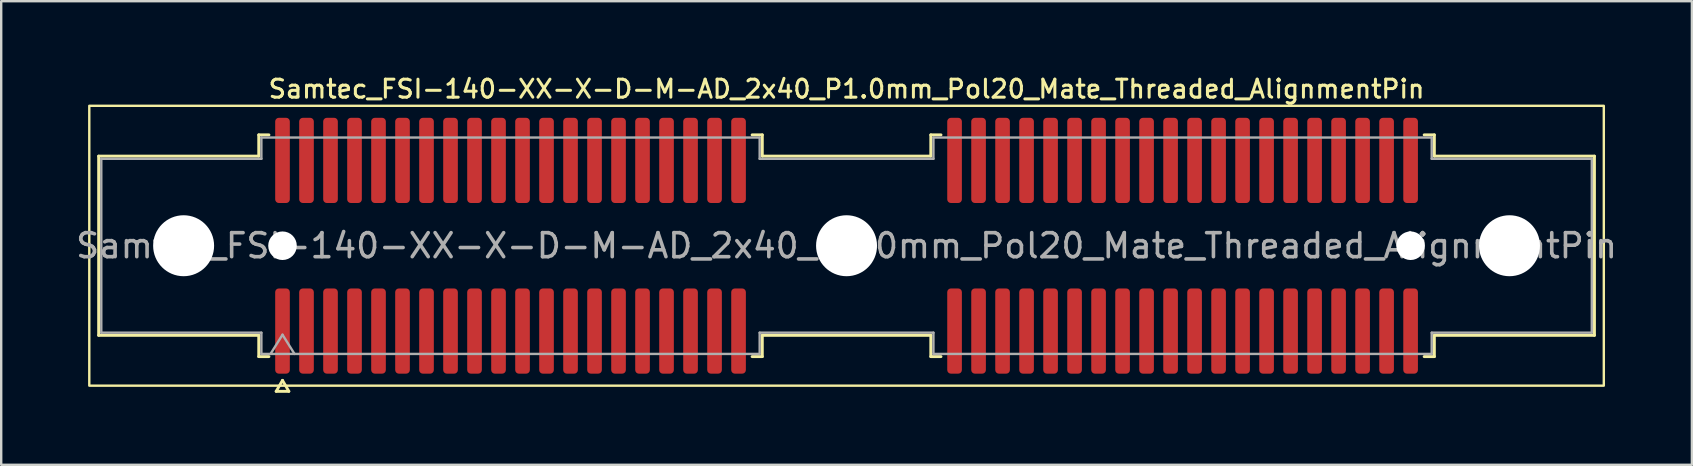
<source format=kicad_pcb>
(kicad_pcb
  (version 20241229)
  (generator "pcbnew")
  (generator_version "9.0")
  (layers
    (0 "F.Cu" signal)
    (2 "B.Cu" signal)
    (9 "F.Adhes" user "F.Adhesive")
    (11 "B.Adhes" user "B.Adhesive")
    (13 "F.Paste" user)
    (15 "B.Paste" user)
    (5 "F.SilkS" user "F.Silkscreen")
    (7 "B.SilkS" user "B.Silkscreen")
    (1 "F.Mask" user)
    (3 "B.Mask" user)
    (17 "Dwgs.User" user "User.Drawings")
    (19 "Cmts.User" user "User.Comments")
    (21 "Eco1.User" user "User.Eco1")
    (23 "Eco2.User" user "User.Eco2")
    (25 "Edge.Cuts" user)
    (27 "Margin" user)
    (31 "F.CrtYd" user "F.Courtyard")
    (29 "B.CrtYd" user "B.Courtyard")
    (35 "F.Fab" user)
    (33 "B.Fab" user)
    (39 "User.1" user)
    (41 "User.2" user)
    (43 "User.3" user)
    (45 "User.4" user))
  (footprint "Samtec_FSI-140-XX-X-D-M-AD_2x40_P1.0mm_Pol20_Mate_Threaded_AlignmentPin"
    (layer "F.Cu")
    (at 32.22 7.188)
    (property "Reference" "Samtec_FSI-140-XX-X-D-M-AD_2x40_P1.0mm_Pol20_Mate_Threaded_AlignmentPin" (at 0 -6.53 0) (layer "F.SilkS") (effects (font (size 0.75 0.75) (thickness 0.125))))
    (attr exclude_from_pos_files exclude_from_bom)
    (fp_line (start -31.16 -3.733) (end -24.49 -3.733) (stroke (width 0.12) (type solid)) (layer "F.SilkS"))
    (fp_line (start -31.16 3.733) (end -31.16 -3.733) (stroke (width 0.12) (type solid)) (layer "F.SilkS"))
    (fp_line (start -24.49 -4.619) (end -24.065 -4.619) (stroke (width 0.12) (type solid)) (layer "F.SilkS"))
    (fp_line (start -24.49 -3.733) (end -24.49 -4.619) (stroke (width 0.12) (type solid)) (layer "F.SilkS"))
    (fp_line (start -24.49 3.733) (end -31.16 3.733) (stroke (width 0.12) (type solid)) (layer "F.SilkS"))
    (fp_line (start -24.49 4.619) (end -24.49 3.733) (stroke (width 0.12) (type solid)) (layer "F.SilkS"))
    (fp_line (start -24.065 4.619) (end -24.49 4.619) (stroke (width 0.12) (type solid)) (layer "F.SilkS"))
    (fp_line (start -23.764 6.066) (end -23.5 5.609) (stroke (width 0.12) (type solid)) (layer "F.SilkS"))
    (fp_line (start -23.5 5.609) (end -23.236 6.066) (stroke (width 0.12) (type solid)) (layer "F.SilkS"))
    (fp_line (start -23.236 6.066) (end -23.764 6.066) (stroke (width 0.12) (type solid)) (layer "F.SilkS"))
    (fp_line (start -3.935 -4.619) (end -3.51 -4.619) (stroke (width 0.12) (type solid)) (layer "F.SilkS"))
    (fp_line (start -3.51 -4.619) (end -3.51 -3.733) (stroke (width 0.12) (type solid)) (layer "F.SilkS"))
    (fp_line (start -3.51 -3.733) (end 3.51 -3.733) (stroke (width 0.12) (type solid)) (layer "F.SilkS"))
    (fp_line (start -3.51 3.733) (end -3.51 4.619) (stroke (width 0.12) (type solid)) (layer "F.SilkS"))
    (fp_line (start -3.51 4.619) (end -3.935 4.619) (stroke (width 0.12) (type solid)) (layer "F.SilkS"))
    (fp_line (start 3.51 -4.619) (end 3.935 -4.619) (stroke (width 0.12) (type solid)) (layer "F.SilkS"))
    (fp_line (start 3.51 -3.733) (end 3.51 -4.619) (stroke (width 0.12) (type solid)) (layer "F.SilkS"))
    (fp_line (start 3.51 3.733) (end -3.51 3.733) (stroke (width 0.12) (type solid)) (layer "F.SilkS"))
    (fp_line (start 3.51 4.619) (end 3.51 3.733) (stroke (width 0.12) (type solid)) (layer "F.SilkS"))
    (fp_line (start 3.935 4.619) (end 3.51 4.619) (stroke (width 0.12) (type solid)) (layer "F.SilkS"))
    (fp_line (start 24.065 -4.619) (end 24.49 -4.619) (stroke (width 0.12) (type solid)) (layer "F.SilkS"))
    (fp_line (start 24.49 -4.619) (end 24.49 -3.733) (stroke (width 0.12) (type solid)) (layer "F.SilkS"))
    (fp_line (start 24.49 -3.733) (end 31.16 -3.733) (stroke (width 0.12) (type solid)) (layer "F.SilkS"))
    (fp_line (start 24.49 3.733) (end 24.49 4.619) (stroke (width 0.12) (type solid)) (layer "F.SilkS"))
    (fp_line (start 24.49 4.619) (end 24.065 4.619) (stroke (width 0.12) (type solid)) (layer "F.SilkS"))
    (fp_line (start 31.16 -3.733) (end 31.16 3.733) (stroke (width 0.12) (type solid)) (layer "F.SilkS"))
    (fp_line (start 31.16 3.733) (end 24.49 3.733) (stroke (width 0.12) (type solid)) (layer "F.SilkS"))
    (fp_rect (start -31.55 -5.83) (end 31.55 5.83) (stroke (width 0.1) (type solid)) (fill no) (layer "F.SilkS"))
    (fp_line (start -31.05 -3.623) (end -24.38 -3.623) (stroke (width 0.1) (type solid)) (layer "F.Fab"))
    (fp_line (start -31.05 3.623) (end -31.05 -3.623) (stroke (width 0.1) (type solid)) (layer "F.Fab"))
    (fp_line (start -24.38 -4.508) (end -3.62 -4.508) (stroke (width 0.1) (type solid)) (layer "F.Fab"))
    (fp_line (start -24.38 -3.623) (end -24.38 -4.508) (stroke (width 0.1) (type solid)) (layer "F.Fab"))
    (fp_line (start -24.38 3.623) (end -31.05 3.623) (stroke (width 0.1) (type solid)) (layer "F.Fab"))
    (fp_line (start -24.38 4.508) (end -24.38 3.623) (stroke (width 0.1) (type solid)) (layer "F.Fab"))
    (fp_line (start -24 4.508) (end -23.5 3.708) (stroke (width 0.1) (type solid)) (layer "F.Fab"))
    (fp_line (start -23.5 3.708) (end -23 4.508) (stroke (width 0.1) (type solid)) (layer "F.Fab"))
    (fp_line (start -3.62 -4.508) (end -3.62 -3.623) (stroke (width 0.1) (type solid)) (layer "F.Fab"))
    (fp_line (start -3.62 -3.623) (end 3.62 -3.623) (stroke (width 0.1) (type solid)) (layer "F.Fab"))
    (fp_line (start -3.62 3.623) (end -3.62 4.508) (stroke (width 0.1) (type solid)) (layer "F.Fab"))
    (fp_line (start -3.62 4.508) (end -24.38 4.508) (stroke (width 0.1) (type solid)) (layer "F.Fab"))
    (fp_line (start 3.62 -4.508) (end 24.38 -4.508) (stroke (width 0.1) (type solid)) (layer "F.Fab"))
    (fp_line (start 3.62 -3.623) (end 3.62 -4.508) (stroke (width 0.1) (type solid)) (layer "F.Fab"))
    (fp_line (start 3.62 3.623) (end -3.62 3.623) (stroke (width 0.1) (type solid)) (layer "F.Fab"))
    (fp_line (start 3.62 4.508) (end 3.62 3.623) (stroke (width 0.1) (type solid)) (layer "F.Fab"))
    (fp_line (start 24.38 -4.508) (end 24.38 -3.623) (stroke (width 0.1) (type solid)) (layer "F.Fab"))
    (fp_line (start 24.38 -3.623) (end 31.05 -3.623) (stroke (width 0.1) (type solid)) (layer "F.Fab"))
    (fp_line (start 24.38 3.623) (end 24.38 4.508) (stroke (width 0.1) (type solid)) (layer "F.Fab"))
    (fp_line (start 24.38 4.508) (end 3.62 4.508) (stroke (width 0.1) (type solid)) (layer "F.Fab"))
    (fp_line (start 31.05 -3.623) (end 31.05 3.623) (stroke (width 0.1) (type solid)) (layer "F.Fab"))
    (fp_line (start 31.05 3.623) (end 24.38 3.623) (stroke (width 0.1) (type solid)) (layer "F.Fab"))
    (fp_text user "${REFERENCE}" (at 0 0 0) (layer "F.Fab") (effects (font (size 1 1) (thickness 0.15))))
    (pad "" np_thru_hole circle (at -27.62 0) (size 2.54 2.54) (drill 2.54) (layers "*.Cu" "*.Mask"))
    (pad "" np_thru_hole circle (at -23.5 0) (size 1.19 1.19) (drill 1.19) (layers "*.Cu" "*.Mask"))
    (pad "" np_thru_hole circle (at 0 0) (size 2.54 2.54) (drill 2.54) (layers "*.Cu" "*.Mask"))
    (pad "" np_thru_hole circle (at 23.5 0) (size 1.19 1.19) (drill 1.19) (layers "*.Cu" "*.Mask"))
    (pad "" np_thru_hole circle (at 27.62 0) (size 2.54 2.54) (drill 2.54) (layers "*.Cu" "*.Mask"))
    (pad "1" smd roundrect (at -23.5 3.555) (size 0.61 3.55) (layers "F.Cu" "F.Mask") (roundrect_rratio 0.25))
    (pad "2" smd roundrect (at -23.5 -3.555) (size 0.61 3.55) (layers "F.Cu" "F.Mask") (roundrect_rratio 0.25))
    (pad "3" smd roundrect (at -22.5 3.555) (size 0.61 3.55) (layers "F.Cu" "F.Mask") (roundrect_rratio 0.25))
    (pad "4" smd roundrect (at -22.5 -3.555) (size 0.61 3.55) (layers "F.Cu" "F.Mask") (roundrect_rratio 0.25))
    (pad "5" smd roundrect (at -21.5 3.555) (size 0.61 3.55) (layers "F.Cu" "F.Mask") (roundrect_rratio 0.25))
    (pad "6" smd roundrect (at -21.5 -3.555) (size 0.61 3.55) (layers "F.Cu" "F.Mask") (roundrect_rratio 0.25))
    (pad "7" smd roundrect (at -20.5 3.555) (size 0.61 3.55) (layers "F.Cu" "F.Mask") (roundrect_rratio 0.25))
    (pad "8" smd roundrect (at -20.5 -3.555) (size 0.61 3.55) (layers "F.Cu" "F.Mask") (roundrect_rratio 0.25))
    (pad "9" smd roundrect (at -19.5 3.555) (size 0.61 3.55) (layers "F.Cu" "F.Mask") (roundrect_rratio 0.25))
    (pad "10" smd roundrect (at -19.5 -3.555) (size 0.61 3.55) (layers "F.Cu" "F.Mask") (roundrect_rratio 0.25))
    (pad "11" smd roundrect (at -18.5 3.555) (size 0.61 3.55) (layers "F.Cu" "F.Mask") (roundrect_rratio 0.25))
    (pad "12" smd roundrect (at -18.5 -3.555) (size 0.61 3.55) (layers "F.Cu" "F.Mask") (roundrect_rratio 0.25))
    (pad "13" smd roundrect (at -17.5 3.555) (size 0.61 3.55) (layers "F.Cu" "F.Mask") (roundrect_rratio 0.25))
    (pad "14" smd roundrect (at -17.5 -3.555) (size 0.61 3.55) (layers "F.Cu" "F.Mask") (roundrect_rratio 0.25))
    (pad "15" smd roundrect (at -16.5 3.555) (size 0.61 3.55) (layers "F.Cu" "F.Mask") (roundrect_rratio 0.25))
    (pad "16" smd roundrect (at -16.5 -3.555) (size 0.61 3.55) (layers "F.Cu" "F.Mask") (roundrect_rratio 0.25))
    (pad "17" smd roundrect (at -15.5 3.555) (size 0.61 3.55) (layers "F.Cu" "F.Mask") (roundrect_rratio 0.25))
    (pad "18" smd roundrect (at -15.5 -3.555) (size 0.61 3.55) (layers "F.Cu" "F.Mask") (roundrect_rratio 0.25))
    (pad "19" smd roundrect (at -14.5 3.555) (size 0.61 3.55) (layers "F.Cu" "F.Mask") (roundrect_rratio 0.25))
    (pad "20" smd roundrect (at -14.5 -3.555) (size 0.61 3.55) (layers "F.Cu" "F.Mask") (roundrect_rratio 0.25))
    (pad "21" smd roundrect (at -13.5 3.555) (size 0.61 3.55) (layers "F.Cu" "F.Mask") (roundrect_rratio 0.25))
    (pad "22" smd roundrect (at -13.5 -3.555) (size 0.61 3.55) (layers "F.Cu" "F.Mask") (roundrect_rratio 0.25))
    (pad "23" smd roundrect (at -12.5 3.555) (size 0.61 3.55) (layers "F.Cu" "F.Mask") (roundrect_rratio 0.25))
    (pad "24" smd roundrect (at -12.5 -3.555) (size 0.61 3.55) (layers "F.Cu" "F.Mask") (roundrect_rratio 0.25))
    (pad "25" smd roundrect (at -11.5 3.555) (size 0.61 3.55) (layers "F.Cu" "F.Mask") (roundrect_rratio 0.25))
    (pad "26" smd roundrect (at -11.5 -3.555) (size 0.61 3.55) (layers "F.Cu" "F.Mask") (roundrect_rratio 0.25))
    (pad "27" smd roundrect (at -10.5 3.555) (size 0.61 3.55) (layers "F.Cu" "F.Mask") (roundrect_rratio 0.25))
    (pad "28" smd roundrect (at -10.5 -3.555) (size 0.61 3.55) (layers "F.Cu" "F.Mask") (roundrect_rratio 0.25))
    (pad "29" smd roundrect (at -9.5 3.555) (size 0.61 3.55) (layers "F.Cu" "F.Mask") (roundrect_rratio 0.25))
    (pad "30" smd roundrect (at -9.5 -3.555) (size 0.61 3.55) (layers "F.Cu" "F.Mask") (roundrect_rratio 0.25))
    (pad "31" smd roundrect (at -8.5 3.555) (size 0.61 3.55) (layers "F.Cu" "F.Mask") (roundrect_rratio 0.25))
    (pad "32" smd roundrect (at -8.5 -3.555) (size 0.61 3.55) (layers "F.Cu" "F.Mask") (roundrect_rratio 0.25))
    (pad "33" smd roundrect (at -7.5 3.555) (size 0.61 3.55) (layers "F.Cu" "F.Mask") (roundrect_rratio 0.25))
    (pad "34" smd roundrect (at -7.5 -3.555) (size 0.61 3.55) (layers "F.Cu" "F.Mask") (roundrect_rratio 0.25))
    (pad "35" smd roundrect (at -6.5 3.555) (size 0.61 3.55) (layers "F.Cu" "F.Mask") (roundrect_rratio 0.25))
    (pad "36" smd roundrect (at -6.5 -3.555) (size 0.61 3.55) (layers "F.Cu" "F.Mask") (roundrect_rratio 0.25))
    (pad "37" smd roundrect (at -5.5 3.555) (size 0.61 3.55) (layers "F.Cu" "F.Mask") (roundrect_rratio 0.25))
    (pad "38" smd roundrect (at -5.5 -3.555) (size 0.61 3.55) (layers "F.Cu" "F.Mask") (roundrect_rratio 0.25))
    (pad "39" smd roundrect (at -4.5 3.555) (size 0.61 3.55) (layers "F.Cu" "F.Mask") (roundrect_rratio 0.25))
    (pad "40" smd roundrect (at -4.5 -3.555) (size 0.61 3.55) (layers "F.Cu" "F.Mask") (roundrect_rratio 0.25))
    (pad "41" smd roundrect (at 4.5 3.555) (size 0.61 3.55) (layers "F.Cu" "F.Mask") (roundrect_rratio 0.25))
    (pad "42" smd roundrect (at 4.5 -3.555) (size 0.61 3.55) (layers "F.Cu" "F.Mask") (roundrect_rratio 0.25))
    (pad "43" smd roundrect (at 5.5 3.555) (size 0.61 3.55) (layers "F.Cu" "F.Mask") (roundrect_rratio 0.25))
    (pad "44" smd roundrect (at 5.5 -3.555) (size 0.61 3.55) (layers "F.Cu" "F.Mask") (roundrect_rratio 0.25))
    (pad "45" smd roundrect (at 6.5 3.555) (size 0.61 3.55) (layers "F.Cu" "F.Mask") (roundrect_rratio 0.25))
    (pad "46" smd roundrect (at 6.5 -3.555) (size 0.61 3.55) (layers "F.Cu" "F.Mask") (roundrect_rratio 0.25))
    (pad "47" smd roundrect (at 7.5 3.555) (size 0.61 3.55) (layers "F.Cu" "F.Mask") (roundrect_rratio 0.25))
    (pad "48" smd roundrect (at 7.5 -3.555) (size 0.61 3.55) (layers "F.Cu" "F.Mask") (roundrect_rratio 0.25))
    (pad "49" smd roundrect (at 8.5 3.555) (size 0.61 3.55) (layers "F.Cu" "F.Mask") (roundrect_rratio 0.25))
    (pad "50" smd roundrect (at 8.5 -3.555) (size 0.61 3.55) (layers "F.Cu" "F.Mask") (roundrect_rratio 0.25))
    (pad "51" smd roundrect (at 9.5 3.555) (size 0.61 3.55) (layers "F.Cu" "F.Mask") (roundrect_rratio 0.25))
    (pad "52" smd roundrect (at 9.5 -3.555) (size 0.61 3.55) (layers "F.Cu" "F.Mask") (roundrect_rratio 0.25))
    (pad "53" smd roundrect (at 10.5 3.555) (size 0.61 3.55) (layers "F.Cu" "F.Mask") (roundrect_rratio 0.25))
    (pad "54" smd roundrect (at 10.5 -3.555) (size 0.61 3.55) (layers "F.Cu" "F.Mask") (roundrect_rratio 0.25))
    (pad "55" smd roundrect (at 11.5 3.555) (size 0.61 3.55) (layers "F.Cu" "F.Mask") (roundrect_rratio 0.25))
    (pad "56" smd roundrect (at 11.5 -3.555) (size 0.61 3.55) (layers "F.Cu" "F.Mask") (roundrect_rratio 0.25))
    (pad "57" smd roundrect (at 12.5 3.555) (size 0.61 3.55) (layers "F.Cu" "F.Mask") (roundrect_rratio 0.25))
    (pad "58" smd roundrect (at 12.5 -3.555) (size 0.61 3.55) (layers "F.Cu" "F.Mask") (roundrect_rratio 0.25))
    (pad "59" smd roundrect (at 13.5 3.555) (size 0.61 3.55) (layers "F.Cu" "F.Mask") (roundrect_rratio 0.25))
    (pad "60" smd roundrect (at 13.5 -3.555) (size 0.61 3.55) (layers "F.Cu" "F.Mask") (roundrect_rratio 0.25))
    (pad "61" smd roundrect (at 14.5 3.555) (size 0.61 3.55) (layers "F.Cu" "F.Mask") (roundrect_rratio 0.25))
    (pad "62" smd roundrect (at 14.5 -3.555) (size 0.61 3.55) (layers "F.Cu" "F.Mask") (roundrect_rratio 0.25))
    (pad "63" smd roundrect (at 15.5 3.555) (size 0.61 3.55) (layers "F.Cu" "F.Mask") (roundrect_rratio 0.25))
    (pad "64" smd roundrect (at 15.5 -3.555) (size 0.61 3.55) (layers "F.Cu" "F.Mask") (roundrect_rratio 0.25))
    (pad "65" smd roundrect (at 16.5 3.555) (size 0.61 3.55) (layers "F.Cu" "F.Mask") (roundrect_rratio 0.25))
    (pad "66" smd roundrect (at 16.5 -3.555) (size 0.61 3.55) (layers "F.Cu" "F.Mask") (roundrect_rratio 0.25))
    (pad "67" smd roundrect (at 17.5 3.555) (size 0.61 3.55) (layers "F.Cu" "F.Mask") (roundrect_rratio 0.25))
    (pad "68" smd roundrect (at 17.5 -3.555) (size 0.61 3.55) (layers "F.Cu" "F.Mask") (roundrect_rratio 0.25))
    (pad "69" smd roundrect (at 18.5 3.555) (size 0.61 3.55) (layers "F.Cu" "F.Mask") (roundrect_rratio 0.25))
    (pad "70" smd roundrect (at 18.5 -3.555) (size 0.61 3.55) (layers "F.Cu" "F.Mask") (roundrect_rratio 0.25))
    (pad "71" smd roundrect (at 19.5 3.555) (size 0.61 3.55) (layers "F.Cu" "F.Mask") (roundrect_rratio 0.25))
    (pad "72" smd roundrect (at 19.5 -3.555) (size 0.61 3.55) (layers "F.Cu" "F.Mask") (roundrect_rratio 0.25))
    (pad "73" smd roundrect (at 20.5 3.555) (size 0.61 3.55) (layers "F.Cu" "F.Mask") (roundrect_rratio 0.25))
    (pad "74" smd roundrect (at 20.5 -3.555) (size 0.61 3.55) (layers "F.Cu" "F.Mask") (roundrect_rratio 0.25))
    (pad "75" smd roundrect (at 21.5 3.555) (size 0.61 3.55) (layers "F.Cu" "F.Mask") (roundrect_rratio 0.25))
    (pad "76" smd roundrect (at 21.5 -3.555) (size 0.61 3.55) (layers "F.Cu" "F.Mask") (roundrect_rratio 0.25))
    (pad "77" smd roundrect (at 22.5 3.555) (size 0.61 3.55) (layers "F.Cu" "F.Mask") (roundrect_rratio 0.25))
    (pad "78" smd roundrect (at 22.5 -3.555) (size 0.61 3.55) (layers "F.Cu" "F.Mask") (roundrect_rratio 0.25))
    (pad "79" smd roundrect (at 23.5 3.555) (size 0.61 3.55) (layers "F.Cu" "F.Mask") (roundrect_rratio 0.25))
    (pad "80" smd roundrect (at 23.5 -3.555) (size 0.61 3.55) (layers "F.Cu" "F.Mask") (roundrect_rratio 0.25)))
  (gr_rect
    (start -3 -3)
    (end 67.44 16.314)
    (stroke (width 0.1) (type default))
    (fill no)
    (layer "Edge.Cuts")))
</source>
